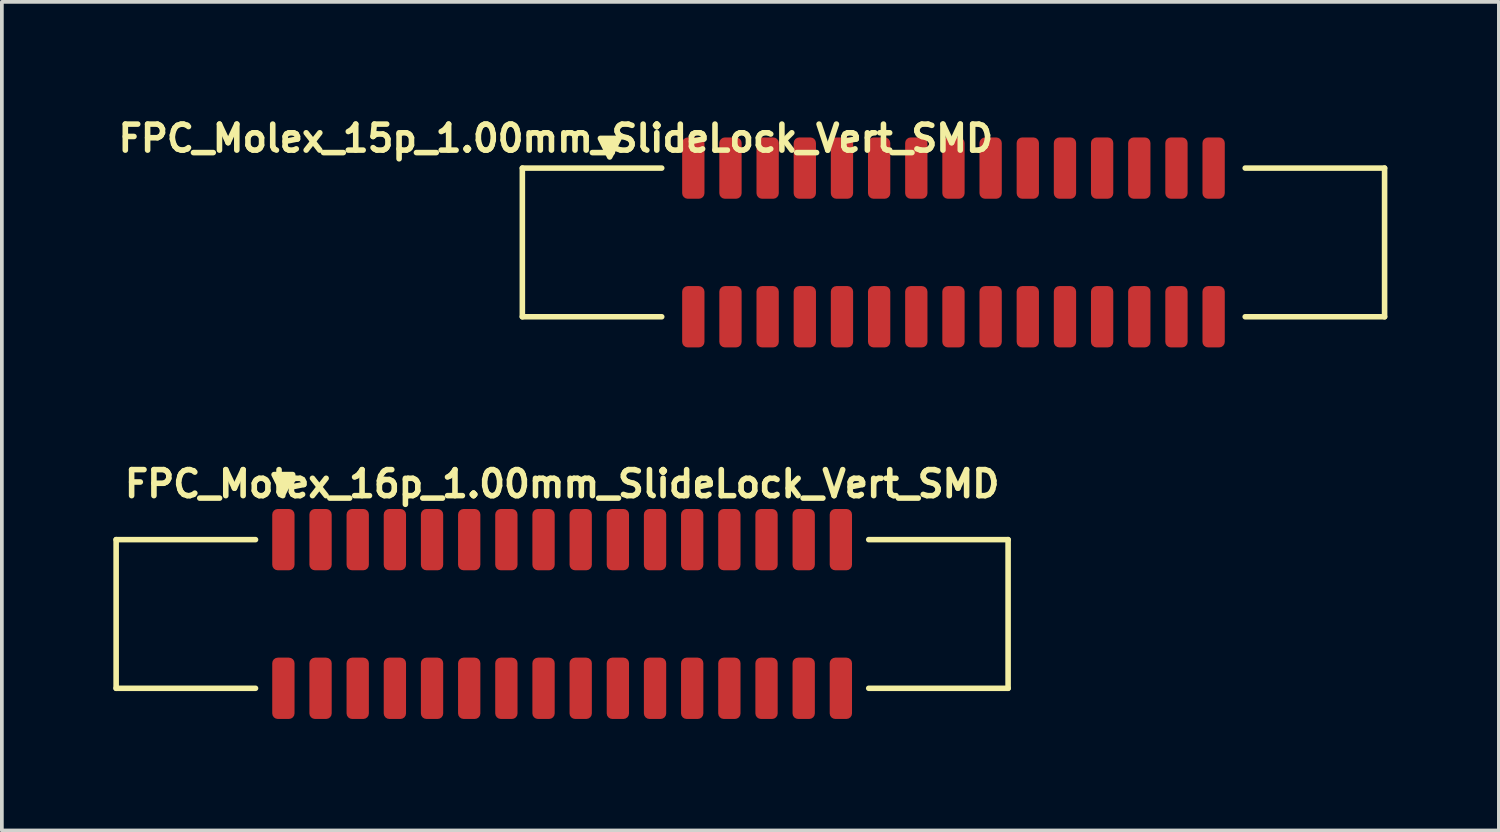
<source format=kicad_pcb>
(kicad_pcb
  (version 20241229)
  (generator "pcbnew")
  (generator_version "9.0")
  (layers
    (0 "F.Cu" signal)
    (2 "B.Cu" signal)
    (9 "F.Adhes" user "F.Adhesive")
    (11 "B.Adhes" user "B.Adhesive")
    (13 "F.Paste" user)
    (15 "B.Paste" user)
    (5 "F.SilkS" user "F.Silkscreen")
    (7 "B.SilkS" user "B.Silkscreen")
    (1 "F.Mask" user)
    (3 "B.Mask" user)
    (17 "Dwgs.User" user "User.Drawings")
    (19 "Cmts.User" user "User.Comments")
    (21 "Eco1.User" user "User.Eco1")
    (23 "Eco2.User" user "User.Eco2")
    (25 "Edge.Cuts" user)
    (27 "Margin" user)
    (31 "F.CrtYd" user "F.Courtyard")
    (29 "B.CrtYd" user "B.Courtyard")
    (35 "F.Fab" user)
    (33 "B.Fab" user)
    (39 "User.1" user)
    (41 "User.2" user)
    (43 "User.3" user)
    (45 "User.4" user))
  (footprint "FPC_Molex_16p_1.00mm_SlideLock_Vert_SMD"
    (layer "F.Cu")
    (at 12.075 13.47)
    (property "Reference" "FPC_Molex_16p_1.00mm_SlideLock_Vert_SMD" (at 0 -3.5 0) (layer "F.SilkS") (effects (font (size 0.7 0.7) (thickness 0.15))))
    (attr smd)
    (fp_line (start -12 -2) (end -12 2) (stroke (width 0.15) (type solid)) (layer "F.SilkS"))
    (fp_line (start -12 2) (end -8.25 2) (stroke (width 0.15) (type solid)) (layer "F.SilkS"))
    (fp_line (start -8.25 -2) (end -12 -2) (stroke (width 0.15) (type solid)) (layer "F.SilkS"))
    (fp_line (start 8.25 2) (end 12 2) (stroke (width 0.15) (type solid)) (layer "F.SilkS"))
    (fp_line (start 12 -2) (end 8.25 -2) (stroke (width 0.15) (type solid)) (layer "F.SilkS"))
    (fp_line (start 12 -2) (end 12 2) (stroke (width 0.15) (type solid)) (layer "F.SilkS"))
    (fp_poly (pts (xy -7.5 -3.25) (xy -7.25 -3.75) (xy -7.75 -3.75)) (stroke (width 0.15) (type solid)) (fill yes) (layer "F.SilkS"))
    (pad "1" smd roundrect (at -7.5 -2) (size 0.6 1.65) (layers "F.Cu" "F.Mask" "F.Paste") (roundrect_rratio 0.25))
    (pad "1" smd roundrect (at -7.5 2) (size 0.6 1.65) (layers "F.Cu" "F.Mask" "F.Paste") (roundrect_rratio 0.25))
    (pad "2" smd roundrect (at -6.5 -2) (size 0.6 1.65) (layers "F.Cu" "F.Mask" "F.Paste") (roundrect_rratio 0.25))
    (pad "2" smd roundrect (at -6.5 2) (size 0.6 1.65) (layers "F.Cu" "F.Mask" "F.Paste") (roundrect_rratio 0.25))
    (pad "3" smd roundrect (at -5.5 -2) (size 0.6 1.65) (layers "F.Cu" "F.Mask" "F.Paste") (roundrect_rratio 0.25))
    (pad "3" smd roundrect (at -5.5 2) (size 0.6 1.65) (layers "F.Cu" "F.Mask" "F.Paste") (roundrect_rratio 0.25))
    (pad "4" smd roundrect (at -4.5 -2) (size 0.6 1.65) (layers "F.Cu" "F.Mask" "F.Paste") (roundrect_rratio 0.25))
    (pad "4" smd roundrect (at -4.5 2) (size 0.6 1.65) (layers "F.Cu" "F.Mask" "F.Paste") (roundrect_rratio 0.25))
    (pad "5" smd roundrect (at -3.5 -2) (size 0.6 1.65) (layers "F.Cu" "F.Mask" "F.Paste") (roundrect_rratio 0.25))
    (pad "5" smd roundrect (at -3.5 2) (size 0.6 1.65) (layers "F.Cu" "F.Mask" "F.Paste") (roundrect_rratio 0.25))
    (pad "6" smd roundrect (at -2.5 -2) (size 0.6 1.65) (layers "F.Cu" "F.Mask" "F.Paste") (roundrect_rratio 0.25))
    (pad "6" smd roundrect (at -2.5 2) (size 0.6 1.65) (layers "F.Cu" "F.Mask" "F.Paste") (roundrect_rratio 0.25))
    (pad "7" smd roundrect (at -1.5 -2) (size 0.6 1.65) (layers "F.Cu" "F.Mask" "F.Paste") (roundrect_rratio 0.25))
    (pad "7" smd roundrect (at -1.5 2) (size 0.6 1.65) (layers "F.Cu" "F.Mask" "F.Paste") (roundrect_rratio 0.25))
    (pad "8" smd roundrect (at -0.5 -2) (size 0.6 1.65) (layers "F.Cu" "F.Mask" "F.Paste") (roundrect_rratio 0.25))
    (pad "8" smd roundrect (at -0.5 2) (size 0.6 1.65) (layers "F.Cu" "F.Mask" "F.Paste") (roundrect_rratio 0.25))
    (pad "9" smd roundrect (at 0.5 -2) (size 0.6 1.65) (layers "F.Cu" "F.Mask" "F.Paste") (roundrect_rratio 0.25))
    (pad "9" smd roundrect (at 0.5 2) (size 0.6 1.65) (layers "F.Cu" "F.Mask" "F.Paste") (roundrect_rratio 0.25))
    (pad "10" smd roundrect (at 1.5 -2) (size 0.6 1.65) (layers "F.Cu" "F.Mask" "F.Paste") (roundrect_rratio 0.25))
    (pad "10" smd roundrect (at 1.5 2) (size 0.6 1.65) (layers "F.Cu" "F.Mask" "F.Paste") (roundrect_rratio 0.25))
    (pad "11" smd roundrect (at 2.5 -2) (size 0.6 1.65) (layers "F.Cu" "F.Mask" "F.Paste") (roundrect_rratio 0.25))
    (pad "11" smd roundrect (at 2.5 2) (size 0.6 1.65) (layers "F.Cu" "F.Mask" "F.Paste") (roundrect_rratio 0.25))
    (pad "12" smd roundrect (at 3.5 -2) (size 0.6 1.65) (layers "F.Cu" "F.Mask" "F.Paste") (roundrect_rratio 0.25))
    (pad "12" smd roundrect (at 3.5 2) (size 0.6 1.65) (layers "F.Cu" "F.Mask" "F.Paste") (roundrect_rratio 0.25))
    (pad "13" smd roundrect (at 4.5 -2) (size 0.6 1.65) (layers "F.Cu" "F.Mask" "F.Paste") (roundrect_rratio 0.25))
    (pad "13" smd roundrect (at 4.5 2) (size 0.6 1.65) (layers "F.Cu" "F.Mask" "F.Paste") (roundrect_rratio 0.25))
    (pad "14" smd roundrect (at 5.5 -2) (size 0.6 1.65) (layers "F.Cu" "F.Mask" "F.Paste") (roundrect_rratio 0.25))
    (pad "14" smd roundrect (at 5.5 2) (size 0.6 1.65) (layers "F.Cu" "F.Mask" "F.Paste") (roundrect_rratio 0.25))
    (pad "15" smd roundrect (at 6.5 -2) (size 0.6 1.65) (layers "F.Cu" "F.Mask" "F.Paste") (roundrect_rratio 0.25))
    (pad "15" smd roundrect (at 6.5 2) (size 0.6 1.65) (layers "F.Cu" "F.Mask" "F.Paste") (roundrect_rratio 0.25))
    (pad "16" smd roundrect (at 7.5 -2) (size 0.6 1.65) (layers "F.Cu" "F.Mask" "F.Paste") (roundrect_rratio 0.25))
    (pad "16" smd roundrect (at 7.5 2) (size 0.6 1.65) (layers "F.Cu" "F.Mask" "F.Paste") (roundrect_rratio 0.25)))
  (footprint "FPC_Molex_15p_1.00mm_SlideLock_Vert_SMD"
    (layer "F.Cu")
    (at 22.605 3.473)
    (property "Reference" "FPC_Molex_15p_1.00mm_SlideLock_Vert_SMD" (at -10.7 -2.8 180) (layer "F.SilkS") (effects (font (size 0.7 0.7) (thickness 0.15))))
    (attr smd)
    (fp_line (start -11.6 2) (end -11.6 -2) (stroke (width 0.15) (type solid)) (layer "F.SilkS"))
    (fp_line (start -11.6 2) (end -7.85 2) (stroke (width 0.15) (type solid)) (layer "F.SilkS"))
    (fp_line (start -7.85 -2) (end -11.6 -2) (stroke (width 0.15) (type solid)) (layer "F.SilkS"))
    (fp_line (start 7.85 2) (end 11.6 2) (stroke (width 0.15) (type solid)) (layer "F.SilkS"))
    (fp_line (start 11.6 -2) (end 7.85 -2) (stroke (width 0.15) (type solid)) (layer "F.SilkS"))
    (fp_line (start 11.6 2) (end 11.6 -2) (stroke (width 0.15) (type solid)) (layer "F.SilkS"))
    (fp_poly (pts (xy -9.25 -2.3) (xy -9 -2.8) (xy -9.5 -2.8)) (stroke (width 0.15) (type solid)) (fill yes) (layer "F.SilkS"))
    (pad "1" smd roundrect (at 7 -2 180) (size 0.6 1.65) (layers "F.Cu" "F.Mask" "F.Paste") (roundrect_rratio 0.25))
    (pad "1" smd roundrect (at 7 2 180) (size 0.6 1.65) (layers "F.Cu" "F.Mask" "F.Paste") (roundrect_rratio 0.25))
    (pad "2" smd roundrect (at 6 -2 180) (size 0.6 1.65) (layers "F.Cu" "F.Mask" "F.Paste") (roundrect_rratio 0.25))
    (pad "2" smd roundrect (at 6 2 180) (size 0.6 1.65) (layers "F.Cu" "F.Mask" "F.Paste") (roundrect_rratio 0.25))
    (pad "3" smd roundrect (at 5 -2 180) (size 0.6 1.65) (layers "F.Cu" "F.Mask" "F.Paste") (roundrect_rratio 0.25))
    (pad "3" smd roundrect (at 5 2 180) (size 0.6 1.65) (layers "F.Cu" "F.Mask" "F.Paste") (roundrect_rratio 0.25))
    (pad "4" smd roundrect (at 4 -2 180) (size 0.6 1.65) (layers "F.Cu" "F.Mask" "F.Paste") (roundrect_rratio 0.25))
    (pad "4" smd roundrect (at 4 2 180) (size 0.6 1.65) (layers "F.Cu" "F.Mask" "F.Paste") (roundrect_rratio 0.25))
    (pad "5" smd roundrect (at 3 -2 180) (size 0.6 1.65) (layers "F.Cu" "F.Mask" "F.Paste") (roundrect_rratio 0.25))
    (pad "5" smd roundrect (at 3 2 180) (size 0.6 1.65) (layers "F.Cu" "F.Mask" "F.Paste") (roundrect_rratio 0.25))
    (pad "6" smd roundrect (at 2 -2 180) (size 0.6 1.65) (layers "F.Cu" "F.Mask" "F.Paste") (roundrect_rratio 0.25))
    (pad "6" smd roundrect (at 2 2 180) (size 0.6 1.65) (layers "F.Cu" "F.Mask" "F.Paste") (roundrect_rratio 0.25))
    (pad "7" smd roundrect (at 1 -2 180) (size 0.6 1.65) (layers "F.Cu" "F.Mask" "F.Paste") (roundrect_rratio 0.25))
    (pad "7" smd roundrect (at 1 2 180) (size 0.6 1.65) (layers "F.Cu" "F.Mask" "F.Paste") (roundrect_rratio 0.25))
    (pad "8" smd roundrect (at 0 -2 180) (size 0.6 1.65) (layers "F.Cu" "F.Mask" "F.Paste") (roundrect_rratio 0.25))
    (pad "8" smd roundrect (at 0 2 180) (size 0.6 1.65) (layers "F.Cu" "F.Mask" "F.Paste") (roundrect_rratio 0.25))
    (pad "9" smd roundrect (at -1 -2 180) (size 0.6 1.65) (layers "F.Cu" "F.Mask" "F.Paste") (roundrect_rratio 0.25))
    (pad "9" smd roundrect (at -1 2 180) (size 0.6 1.65) (layers "F.Cu" "F.Mask" "F.Paste") (roundrect_rratio 0.25))
    (pad "10" smd roundrect (at -2 -2 180) (size 0.6 1.65) (layers "F.Cu" "F.Mask" "F.Paste") (roundrect_rratio 0.25))
    (pad "10" smd roundrect (at -2 2 180) (size 0.6 1.65) (layers "F.Cu" "F.Mask" "F.Paste") (roundrect_rratio 0.25))
    (pad "11" smd roundrect (at -3 -2 180) (size 0.6 1.65) (layers "F.Cu" "F.Mask" "F.Paste") (roundrect_rratio 0.25))
    (pad "11" smd roundrect (at -3 2 180) (size 0.6 1.65) (layers "F.Cu" "F.Mask" "F.Paste") (roundrect_rratio 0.25))
    (pad "12" smd roundrect (at -4 -2 180) (size 0.6 1.65) (layers "F.Cu" "F.Mask" "F.Paste") (roundrect_rratio 0.25))
    (pad "12" smd roundrect (at -4 2 180) (size 0.6 1.65) (layers "F.Cu" "F.Mask" "F.Paste") (roundrect_rratio 0.25))
    (pad "13" smd roundrect (at -5 -2 180) (size 0.6 1.65) (layers "F.Cu" "F.Mask" "F.Paste") (roundrect_rratio 0.25))
    (pad "13" smd roundrect (at -5 2 180) (size 0.6 1.65) (layers "F.Cu" "F.Mask" "F.Paste") (roundrect_rratio 0.25))
    (pad "14" smd roundrect (at -6 -2 180) (size 0.6 1.65) (layers "F.Cu" "F.Mask" "F.Paste") (roundrect_rratio 0.25))
    (pad "14" smd roundrect (at -6 2 180) (size 0.6 1.65) (layers "F.Cu" "F.Mask" "F.Paste") (roundrect_rratio 0.25))
    (pad "15" smd roundrect (at -7 -2 180) (size 0.6 1.65) (layers "F.Cu" "F.Mask" "F.Paste") (roundrect_rratio 0.25))
    (pad "15" smd roundrect (at -7 2 180) (size 0.6 1.65) (layers "F.Cu" "F.Mask" "F.Paste") (roundrect_rratio 0.25)))
  (gr_rect
    (start -3 -3)
    (end 37.28 19.296)
    (stroke (width 0.1) (type default))
    (fill no)
    (layer "Edge.Cuts")))
</source>
